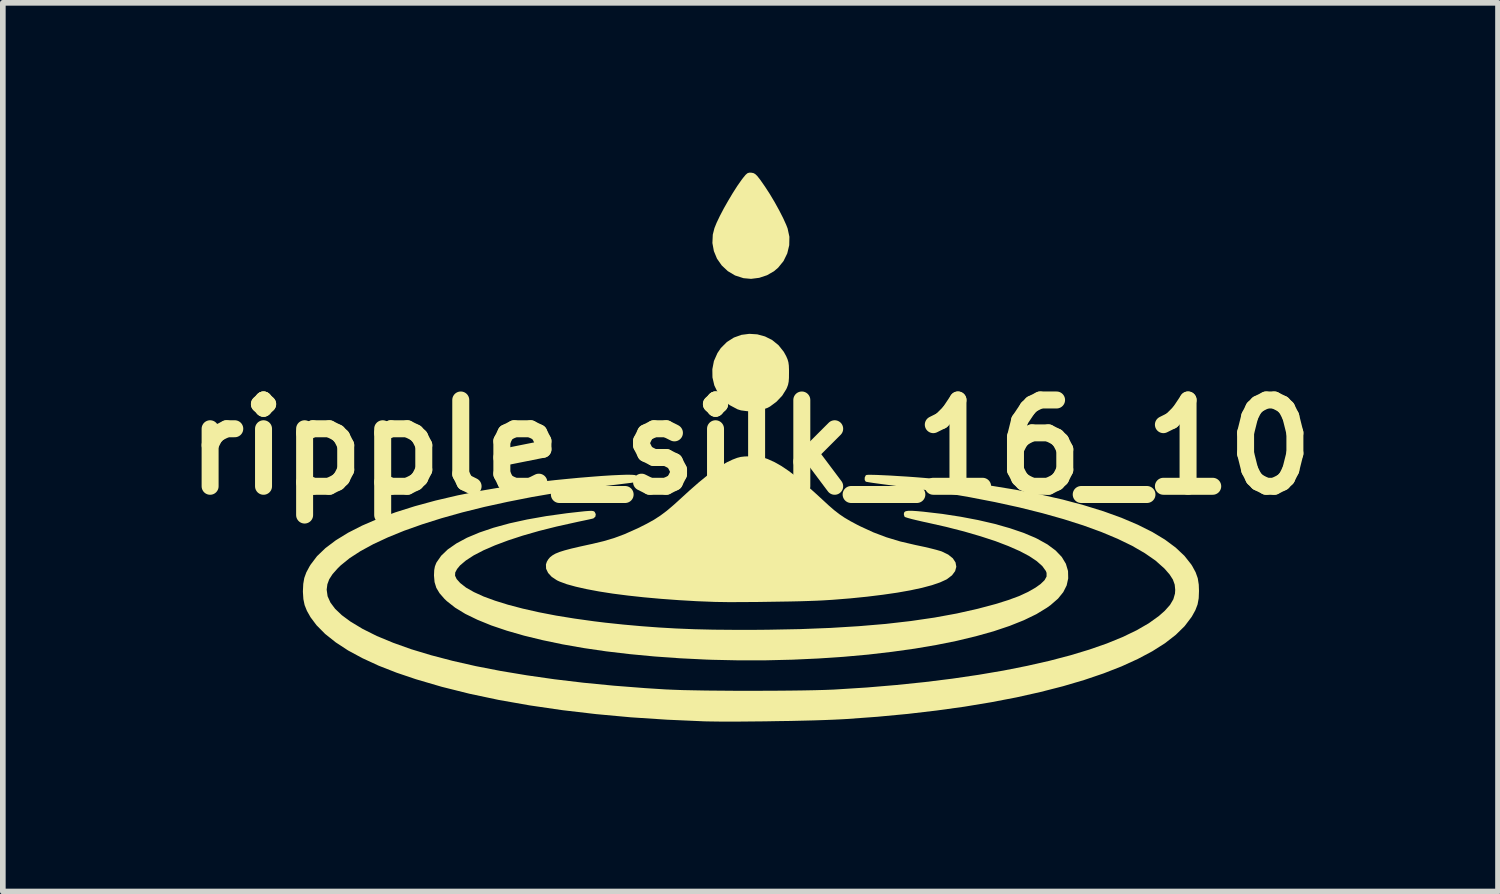
<source format=kicad_pcb>
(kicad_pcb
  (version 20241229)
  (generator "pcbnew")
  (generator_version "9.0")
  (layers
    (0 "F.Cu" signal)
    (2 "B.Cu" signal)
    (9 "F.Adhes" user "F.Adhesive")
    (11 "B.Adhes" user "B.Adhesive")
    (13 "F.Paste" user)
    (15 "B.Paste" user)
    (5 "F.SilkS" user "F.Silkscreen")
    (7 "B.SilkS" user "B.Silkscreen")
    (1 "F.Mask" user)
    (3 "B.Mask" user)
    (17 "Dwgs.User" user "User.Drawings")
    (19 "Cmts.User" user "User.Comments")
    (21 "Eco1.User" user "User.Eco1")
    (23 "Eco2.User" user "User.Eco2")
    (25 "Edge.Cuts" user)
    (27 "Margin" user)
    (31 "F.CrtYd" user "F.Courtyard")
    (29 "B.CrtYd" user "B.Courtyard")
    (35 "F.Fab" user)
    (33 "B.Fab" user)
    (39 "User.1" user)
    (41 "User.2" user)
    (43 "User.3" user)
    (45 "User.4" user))
  (footprint "ripple_silk_16_10"
    (layer "F.Cu")
    (at 10.204 4.849)
    (property "Reference" "ripple_silk_16_10" (at 0 0 0) (layer "F.SilkS") (effects (font (size 1.524 1.524) (thickness 0.3))))
    (attr board_only exclude_from_pos_files exclude_from_bom)
    (fp_poly (pts (xy 0.121 -1.994) (xy 0.257 -1.957) (xy 0.384 -1.893) (xy 0.496 -1.802) (xy 0.589 -1.685) (xy 0.631 -1.609) (xy 0.655 -1.553) (xy 0.67 -1.502) (xy 0.678 -1.444) (xy 0.681 -1.367) (xy 0.681 -1.316) (xy 0.68 -1.223) (xy 0.675 -1.157) (xy 0.664 -1.103) (xy 0.645 -1.052) (xy 0.633 -1.026) (xy 0.561 -0.911) (xy 0.462 -0.806) (xy 0.347 -0.72) (xy 0.303 -0.696) (xy 0.198 -0.66) (xy 0.076 -0.639) (xy -0.051 -0.636) (xy -0.167 -0.651) (xy -0.228 -0.67) (xy -0.369 -0.745) (xy -0.486 -0.843) (xy -0.575 -0.961) (xy -0.638 -1.092) (xy -0.671 -1.233) (xy -0.673 -1.378) (xy -0.645 -1.523) (xy -0.583 -1.663) (xy -0.523 -1.752) (xy -0.416 -1.859) (xy -0.293 -1.937) (xy -0.159 -1.985) (xy -0.02 -2.003)) (stroke (width 0) (type solid)) (fill yes) (layer "F.SilkS"))
    (fp_poly (pts (xy 0.015 -4.849) (xy 0.053 -4.842) (xy 0.084 -4.825) (xy 0.119 -4.792) (xy 0.164 -4.735) (xy 0.174 -4.722) (xy 0.257 -4.603) (xy 0.344 -4.469) (xy 0.429 -4.326) (xy 0.508 -4.183) (xy 0.577 -4.048) (xy 0.631 -3.929) (xy 0.656 -3.865) (xy 0.688 -3.717) (xy 0.685 -3.568) (xy 0.65 -3.423) (xy 0.584 -3.288) (xy 0.489 -3.171) (xy 0.415 -3.108) (xy 0.293 -3.038) (xy 0.154 -2.992) (xy 0.011 -2.974) (xy -0.123 -2.986) (xy -0.272 -3.034) (xy -0.401 -3.111) (xy -0.508 -3.212) (xy -0.591 -3.331) (xy -0.646 -3.464) (xy -0.672 -3.607) (xy -0.665 -3.756) (xy -0.636 -3.87) (xy -0.597 -3.966) (xy -0.54 -4.085) (xy -0.471 -4.217) (xy -0.393 -4.354) (xy -0.312 -4.49) (xy -0.232 -4.615) (xy -0.157 -4.722) (xy -0.129 -4.759) (xy -0.086 -4.811) (xy -0.054 -4.839) (xy -0.024 -4.849)) (stroke (width 0) (type solid)) (fill yes) (layer "F.SilkS"))
    (fp_poly (pts (xy 0.093 0.161) (xy 0.164 0.167) (xy 0.228 0.182) (xy 0.299 0.206) (xy 0.313 0.212) (xy 0.426 0.263) (xy 0.546 0.331) (xy 0.675 0.418) (xy 0.817 0.526) (xy 0.976 0.658) (xy 1.152 0.816) (xy 1.26 0.915) (xy 1.377 1.023) (xy 1.477 1.11) (xy 1.57 1.182) (xy 1.663 1.245) (xy 1.765 1.305) (xy 1.885 1.369) (xy 1.945 1.399) (xy 2.171 1.503) (xy 2.401 1.59) (xy 2.646 1.664) (xy 2.916 1.727) (xy 2.959 1.736) (xy 3.072 1.76) (xy 3.182 1.786) (xy 3.28 1.811) (xy 3.356 1.833) (xy 3.38 1.841) (xy 3.493 1.896) (xy 3.574 1.961) (xy 3.622 2.034) (xy 3.636 2.111) (xy 3.615 2.188) (xy 3.56 2.262) (xy 3.469 2.331) (xy 3.458 2.337) (xy 3.349 2.387) (xy 3.206 2.436) (xy 3.03 2.483) (xy 2.825 2.527) (xy 2.594 2.568) (xy 2.338 2.605) (xy 2.062 2.639) (xy 1.766 2.669) (xy 1.455 2.694) (xy 1.278 2.705) (xy 1.173 2.71) (xy 1.036 2.715) (xy 0.875 2.72) (xy 0.695 2.724) (xy 0.504 2.727) (xy 0.307 2.73) (xy 0.111 2.733) (xy -0.078 2.734) (xy -0.254 2.735) (xy -0.41 2.735) (xy -0.539 2.733) (xy -0.616 2.732) (xy -0.947 2.719) (xy -1.271 2.7) (xy -1.584 2.677) (xy -1.884 2.65) (xy -2.168 2.619) (xy -2.432 2.585) (xy -2.675 2.547) (xy -2.893 2.506) (xy -3.084 2.463) (xy -3.244 2.419) (xy -3.371 2.372) (xy -3.416 2.351) (xy -3.508 2.291) (xy -3.573 2.221) (xy -3.609 2.146) (xy -3.612 2.07) (xy -3.596 2.022) (xy -3.571 1.98) (xy -3.539 1.942) (xy -3.498 1.91) (xy -3.444 1.879) (xy -3.373 1.85) (xy -3.281 1.821) (xy -3.164 1.79) (xy -3.019 1.756) (xy -2.842 1.717) (xy -2.799 1.708) (xy -2.595 1.659) (xy -2.409 1.604) (xy -2.226 1.536) (xy -2.033 1.45) (xy -1.986 1.429) (xy -1.833 1.352) (xy -1.703 1.28) (xy -1.588 1.205) (xy -1.476 1.121) (xy -1.357 1.02) (xy -1.26 0.932) (xy -1.076 0.764) (xy -0.914 0.622) (xy -0.77 0.504) (xy -0.64 0.406) (xy -0.522 0.327) (xy -0.413 0.264) (xy -0.309 0.215) (xy -0.305 0.214) (xy -0.234 0.187) (xy -0.172 0.171) (xy -0.102 0.163) (xy -0.011 0.16) (xy 0 0.16)) (stroke (width 0) (type solid)) (fill yes) (layer "F.SilkS"))
    (fp_poly (pts (xy 2.941 1.128) (xy 3.051 1.138) (xy 3.386 1.177) (xy 3.711 1.227) (xy 4.021 1.286) (xy 4.311 1.353) (xy 4.579 1.429) (xy 4.818 1.51) (xy 5.026 1.597) (xy 5.063 1.615) (xy 5.245 1.716) (xy 5.389 1.823) (xy 5.498 1.937) (xy 5.571 2.058) (xy 5.609 2.186) (xy 5.612 2.316) (xy 5.585 2.44) (xy 5.525 2.559) (xy 5.432 2.674) (xy 5.303 2.786) (xy 5.235 2.835) (xy 5.05 2.948) (xy 4.829 3.055) (xy 4.576 3.156) (xy 4.293 3.251) (xy 3.982 3.338) (xy 3.645 3.419) (xy 3.283 3.492) (xy 2.901 3.557) (xy 2.499 3.613) (xy 2.08 3.662) (xy 1.646 3.701) (xy 1.199 3.731) (xy 0.742 3.752) (xy 0.276 3.763) (xy -0.196 3.764) (xy -0.671 3.754) (xy -0.784 3.75) (xy -1.247 3.727) (xy -1.696 3.695) (xy -2.13 3.654) (xy -2.545 3.605) (xy -2.942 3.547) (xy -3.318 3.481) (xy -3.671 3.407) (xy -4 3.327) (xy -4.302 3.24) (xy -4.577 3.147) (xy -4.822 3.047) (xy -5.036 2.943) (xy -5.216 2.833) (xy -5.362 2.718) (xy -5.404 2.678) (xy -5.491 2.578) (xy -5.548 2.483) (xy -5.579 2.382) (xy -5.589 2.268) (xy -5.589 2.258) (xy -5.585 2.17) (xy -5.573 2.105) (xy -5.55 2.046) (xy -5.544 2.034) (xy -5.462 1.916) (xy -5.345 1.804) (xy -5.192 1.698) (xy -5.006 1.598) (xy -4.787 1.506) (xy -4.536 1.421) (xy -4.255 1.344) (xy -3.945 1.276) (xy -3.606 1.216) (xy -3.24 1.165) (xy -3.143 1.154) (xy -3.017 1.14) (xy -2.924 1.13) (xy -2.856 1.125) (xy -2.811 1.123) (xy -2.781 1.126) (xy -2.763 1.133) (xy -2.751 1.142) (xy -2.732 1.182) (xy -2.739 1.226) (xy -2.771 1.255) (xy -2.777 1.258) (xy -2.806 1.265) (xy -2.864 1.278) (xy -2.944 1.295) (xy -3.039 1.315) (xy -3.089 1.326) (xy -3.422 1.4) (xy -3.733 1.478) (xy -4.019 1.56) (xy -4.279 1.645) (xy -4.511 1.732) (xy -4.714 1.82) (xy -4.886 1.909) (xy -5.025 1.999) (xy -5.129 2.087) (xy -5.181 2.15) (xy -5.214 2.212) (xy -5.217 2.269) (xy -5.189 2.328) (xy -5.129 2.395) (xy -5.125 2.399) (xy -5.023 2.479) (xy -4.884 2.558) (xy -4.713 2.636) (xy -4.511 2.71) (xy -4.28 2.782) (xy -4.021 2.85) (xy -3.738 2.914) (xy -3.433 2.973) (xy -3.106 3.026) (xy -2.762 3.074) (xy -2.566 3.098) (xy -2.244 3.132) (xy -1.931 3.16) (xy -1.622 3.183) (xy -1.311 3.201) (xy -0.991 3.214) (xy -0.656 3.222) (xy -0.3 3.225) (xy 0.084 3.225) (xy 0.308 3.223) (xy 0.878 3.212) (xy 1.414 3.191) (xy 1.918 3.16) (xy 2.391 3.12) (xy 2.835 3.069) (xy 3.252 3.008) (xy 3.645 2.936) (xy 4.014 2.853) (xy 4.33 2.769) (xy 4.553 2.699) (xy 4.743 2.629) (xy 4.903 2.555) (xy 5.037 2.478) (xy 5.125 2.415) (xy 5.195 2.347) (xy 5.23 2.283) (xy 5.23 2.219) (xy 5.217 2.185) (xy 5.154 2.098) (xy 5.055 2.01) (xy 4.921 1.921) (xy 4.754 1.833) (xy 4.554 1.745) (xy 4.324 1.657) (xy 4.063 1.572) (xy 3.775 1.488) (xy 3.459 1.407) (xy 3.118 1.33) (xy 3.052 1.316) (xy 2.948 1.292) (xy 2.856 1.27) (xy 2.783 1.25) (xy 2.736 1.235) (xy 2.721 1.226) (xy 2.71 1.19) (xy 2.711 1.166) (xy 2.719 1.145) (xy 2.742 1.13) (xy 2.783 1.123) (xy 2.848 1.122)) (stroke (width 0) (type solid)) (fill yes) (layer "F.SilkS"))
    (fp_poly (pts (xy -2.087 0.487) (xy -2.042 0.491) (xy -2.018 0.501) (xy -2.007 0.519) (xy -2.007 0.52) (xy -2.005 0.573) (xy -2.035 0.61) (xy -2.078 0.624) (xy -2.116 0.63) (xy -2.183 0.638) (xy -2.272 0.649) (xy -2.377 0.662) (xy -2.463 0.672) (xy -2.943 0.733) (xy -3.409 0.802) (xy -3.858 0.879) (xy -4.289 0.964) (xy -4.7 1.054) (xy -5.09 1.151) (xy -5.457 1.254) (xy -5.799 1.362) (xy -6.115 1.474) (xy -6.402 1.591) (xy -6.66 1.711) (xy -6.886 1.834) (xy -7.079 1.959) (xy -7.237 2.087) (xy -7.291 2.14) (xy -7.38 2.24) (xy -7.439 2.331) (xy -7.472 2.419) (xy -7.484 2.511) (xy -7.484 2.519) (xy -7.468 2.632) (xy -7.418 2.743) (xy -7.335 2.854) (xy -7.217 2.966) (xy -7.067 3.077) (xy -6.85 3.208) (xy -6.598 3.334) (xy -6.311 3.453) (xy -5.992 3.567) (xy -5.641 3.673) (xy -5.259 3.773) (xy -4.85 3.866) (xy -4.412 3.951) (xy -3.949 4.028) (xy -3.461 4.098) (xy -2.949 4.159) (xy -2.416 4.211) (xy -1.862 4.254) (xy -1.502 4.277) (xy -1.365 4.283) (xy -1.196 4.289) (xy -1 4.293) (xy -0.782 4.297) (xy -0.547 4.299) (xy -0.301 4.301) (xy -0.048 4.301) (xy 0.206 4.301) (xy 0.456 4.3) (xy 0.698 4.298) (xy 0.925 4.295) (xy 1.133 4.291) (xy 1.316 4.286) (xy 1.47 4.28) (xy 1.521 4.277) (xy 2.058 4.243) (xy 2.579 4.199) (xy 3.082 4.147) (xy 3.566 4.087) (xy 4.029 4.019) (xy 4.47 3.944) (xy 4.887 3.861) (xy 5.28 3.772) (xy 5.646 3.676) (xy 5.984 3.574) (xy 6.294 3.466) (xy 6.573 3.352) (xy 6.82 3.233) (xy 7.033 3.11) (xy 7.212 2.982) (xy 7.318 2.888) (xy 7.41 2.785) (xy 7.469 2.685) (xy 7.498 2.584) (xy 7.502 2.519) (xy 7.493 2.426) (xy 7.461 2.337) (xy 7.403 2.247) (xy 7.316 2.147) (xy 7.305 2.136) (xy 7.153 2.001) (xy 6.964 1.87) (xy 6.741 1.741) (xy 6.485 1.617) (xy 6.196 1.496) (xy 5.877 1.38) (xy 5.528 1.269) (xy 5.151 1.163) (xy 4.746 1.062) (xy 4.316 0.968) (xy 3.861 0.88) (xy 3.384 0.798) (xy 2.884 0.724) (xy 2.488 0.673) (xy 2.365 0.657) (xy 2.253 0.642) (xy 2.159 0.629) (xy 2.088 0.618) (xy 2.045 0.61) (xy 2.036 0.607) (xy 2.018 0.578) (xy 2.018 0.536) (xy 2.034 0.5) (xy 2.048 0.49) (xy 2.077 0.487) (xy 2.14 0.487) (xy 2.229 0.489) (xy 2.341 0.494) (xy 2.47 0.5) (xy 2.612 0.509) (xy 2.761 0.518) (xy 2.913 0.529) (xy 3.063 0.541) (xy 3.205 0.553) (xy 3.266 0.559) (xy 3.763 0.613) (xy 4.237 0.677) (xy 4.688 0.751) (xy 5.114 0.833) (xy 5.515 0.924) (xy 5.889 1.024) (xy 6.235 1.131) (xy 6.553 1.246) (xy 6.84 1.368) (xy 7.096 1.496) (xy 7.32 1.631) (xy 7.51 1.772) (xy 7.665 1.918) (xy 7.785 2.07) (xy 7.804 2.1) (xy 7.863 2.209) (xy 7.9 2.313) (xy 7.918 2.426) (xy 7.922 2.538) (xy 7.917 2.667) (xy 7.897 2.776) (xy 7.858 2.878) (xy 7.797 2.988) (xy 7.787 3.003) (xy 7.668 3.16) (xy 7.512 3.313) (xy 7.322 3.461) (xy 7.098 3.603) (xy 6.842 3.739) (xy 6.555 3.87) (xy 6.238 3.994) (xy 5.893 4.111) (xy 5.52 4.221) (xy 5.121 4.323) (xy 4.697 4.418) (xy 4.249 4.504) (xy 3.779 4.582) (xy 3.287 4.65) (xy 2.775 4.71) (xy 2.244 4.76) (xy 1.695 4.8) (xy 1.586 4.806) (xy 1.46 4.812) (xy 1.304 4.818) (xy 1.122 4.824) (xy 0.921 4.829) (xy 0.705 4.834) (xy 0.482 4.837) (xy 0.257 4.841) (xy 0.035 4.843) (xy -0.177 4.845) (xy -0.375 4.845) (xy -0.552 4.845) (xy -0.703 4.843) (xy -0.812 4.841) (xy -1.47 4.812) (xy -2.11 4.77) (xy -2.729 4.713) (xy -3.326 4.643) (xy -3.899 4.559) (xy -4.445 4.463) (xy -4.964 4.353) (xy -5.452 4.231) (xy -5.909 4.097) (xy -6.249 3.982) (xy -6.566 3.858) (xy -6.852 3.726) (xy -7.106 3.589) (xy -7.326 3.445) (xy -7.513 3.296) (xy -7.664 3.143) (xy -7.769 3.003) (xy -7.833 2.89) (xy -7.874 2.788) (xy -7.896 2.682) (xy -7.904 2.556) (xy -7.904 2.538) (xy -7.898 2.413) (xy -7.88 2.309) (xy -7.844 2.21) (xy -7.787 2.104) (xy -7.767 2.072) (xy -7.655 1.924) (xy -7.507 1.782) (xy -7.324 1.644) (xy -7.108 1.511) (xy -6.859 1.384) (xy -6.579 1.263) (xy -6.269 1.149) (xy -5.93 1.042) (xy -5.564 0.942) (xy -5.171 0.85) (xy -4.753 0.767) (xy -4.311 0.692) (xy -3.846 0.626) (xy -3.845 0.626) (xy -3.652 0.603) (xy -3.447 0.58) (xy -3.235 0.559) (xy -3.024 0.539) (xy -2.818 0.522) (xy -2.624 0.507) (xy -2.449 0.496) (xy -2.297 0.489) (xy -2.176 0.485) (xy -2.161 0.485)) (stroke (width 0) (type solid)) (fill yes) (layer "F.SilkS")))
  (gr_rect
    (start -3 -3)
    (end 23.407 12.695)
    (stroke (width 0.1) (type default))
    (fill no)
    (layer "Edge.Cuts")))
</source>
